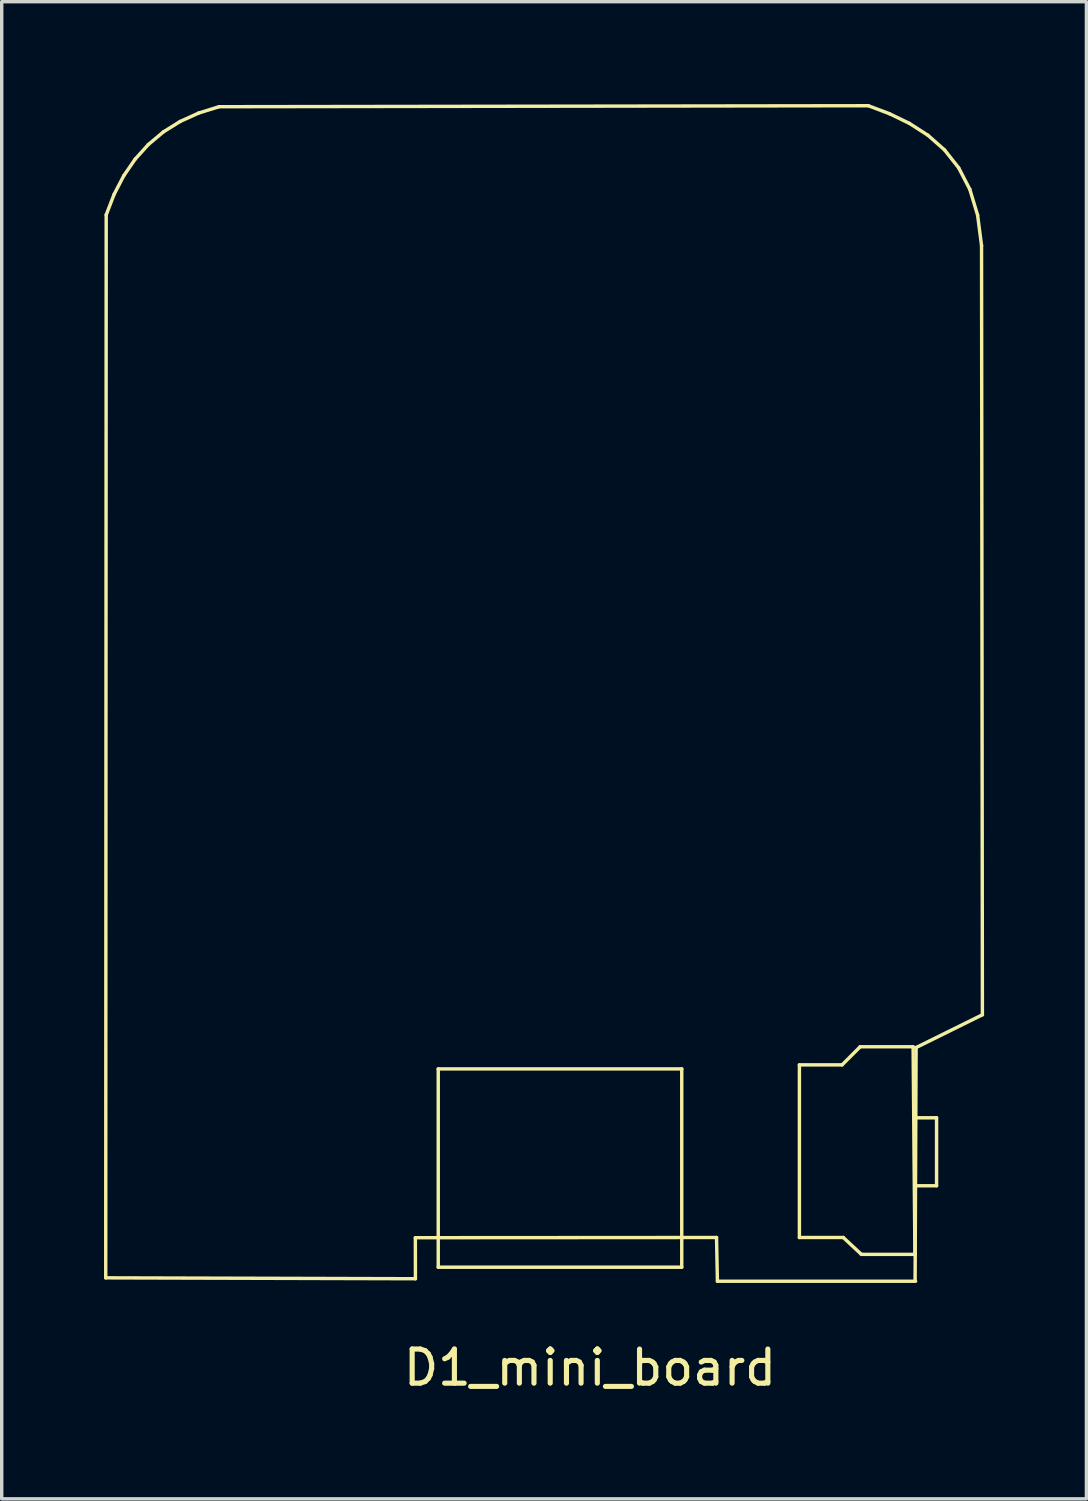
<source format=kicad_pcb>
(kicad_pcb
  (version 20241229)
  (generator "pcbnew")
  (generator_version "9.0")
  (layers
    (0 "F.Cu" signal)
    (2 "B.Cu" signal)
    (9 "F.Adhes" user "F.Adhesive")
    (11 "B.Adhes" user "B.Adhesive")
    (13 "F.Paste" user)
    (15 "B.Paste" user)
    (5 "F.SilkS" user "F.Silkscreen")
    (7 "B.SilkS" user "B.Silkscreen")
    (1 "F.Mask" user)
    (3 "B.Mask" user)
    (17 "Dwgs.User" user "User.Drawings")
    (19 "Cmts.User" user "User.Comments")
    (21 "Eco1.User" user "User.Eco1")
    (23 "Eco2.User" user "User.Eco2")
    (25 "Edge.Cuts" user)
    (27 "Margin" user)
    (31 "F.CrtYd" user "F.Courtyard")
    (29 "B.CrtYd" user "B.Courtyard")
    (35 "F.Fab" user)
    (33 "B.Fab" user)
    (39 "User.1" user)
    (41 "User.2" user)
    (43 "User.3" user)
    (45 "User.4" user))
  (footprint "D1_mini_board"
    (layer "F.Cu")
    (at 14.25 22.052)
    (property "Reference" "D1_mini_board" (at 0 15 0) (layer "F.SilkS") (effects (font (size 1 1) (thickness 0.15))))
    (attr through_hole)
    (fp_line (start -14.2 12.367) (end -14.186 -18.803) (stroke (width 0.1) (type solid)) (layer "F.SilkS"))
    (fp_line (start -14.186 -18.803) (end -13.953 -19.406) (stroke (width 0.1) (type solid)) (layer "F.SilkS"))
    (fp_line (start -13.953 -19.406) (end -13.67 -19.951) (stroke (width 0.1) (type solid)) (layer "F.SilkS"))
    (fp_line (start -13.67 -19.951) (end -13.335 -20.438) (stroke (width 0.1) (type solid)) (layer "F.SilkS"))
    (fp_line (start -13.335 -20.438) (end -12.949 -20.865) (stroke (width 0.1) (type solid)) (layer "F.SilkS"))
    (fp_line (start -12.949 -20.865) (end -12.511 -21.233) (stroke (width 0.1) (type solid)) (layer "F.SilkS"))
    (fp_line (start -12.511 -21.233) (end -12.019 -21.54) (stroke (width 0.1) (type solid)) (layer "F.SilkS"))
    (fp_line (start -12.019 -21.54) (end -11.475 -21.787) (stroke (width 0.1) (type solid)) (layer "F.SilkS"))
    (fp_line (start -11.475 -21.787) (end -10.877 -21.973) (stroke (width 0.1) (type solid)) (layer "F.SilkS"))
    (fp_line (start -10.877 -21.973) (end 8.16 -22.002) (stroke (width 0.1) (type solid)) (layer "F.SilkS"))
    (fp_line (start -5.121 11.19) (end -5.119 12.393) (stroke (width 0.1) (type solid)) (layer "F.SilkS"))
    (fp_line (start -5.119 12.393) (end -14.2 12.367) (stroke (width 0.1) (type solid)) (layer "F.SilkS"))
    (fp_line (start -4.45 6.241) (end 2.69 6.241) (stroke (width 0.1) (type solid)) (layer "F.SilkS"))
    (fp_line (start -4.45 12.055) (end -4.45 6.241) (stroke (width 0.1) (type solid)) (layer "F.SilkS"))
    (fp_line (start 2.69 6.241) (end 2.69 12.055) (stroke (width 0.1) (type solid)) (layer "F.SilkS"))
    (fp_line (start 2.69 12.055) (end -4.45 12.055) (stroke (width 0.1) (type solid)) (layer "F.SilkS"))
    (fp_line (start 3.71 11.184) (end -5.121 11.19) (stroke (width 0.1) (type solid)) (layer "F.SilkS"))
    (fp_line (start 3.736 12.467) (end 3.71 11.184) (stroke (width 0.1) (type solid)) (layer "F.SilkS"))
    (fp_line (start 6.14 6.122) (end 6.14 11.184) (stroke (width 0.1) (type solid)) (layer "F.SilkS"))
    (fp_line (start 6.14 11.184) (end 7.427 11.184) (stroke (width 0.1) (type solid)) (layer "F.SilkS"))
    (fp_line (start 7.392 6.122) (end 6.14 6.122) (stroke (width 0.1) (type solid)) (layer "F.SilkS"))
    (fp_line (start 7.427 11.184) (end 7.957 11.678) (stroke (width 0.1) (type solid)) (layer "F.SilkS"))
    (fp_line (start 7.921 5.592) (end 7.392 6.122) (stroke (width 0.1) (type solid)) (layer "F.SilkS"))
    (fp_line (start 7.957 11.678) (end 9.527 11.678) (stroke (width 0.1) (type solid)) (layer "F.SilkS"))
    (fp_line (start 8.16 -22.002) (end 8.78 -21.768) (stroke (width 0.1) (type solid)) (layer "F.SilkS"))
    (fp_line (start 8.78 -21.768) (end 9.368 -21.483) (stroke (width 0.1) (type solid)) (layer "F.SilkS"))
    (fp_line (start 9.368 -21.483) (end 9.911 -21.134) (stroke (width 0.1) (type solid)) (layer "F.SilkS"))
    (fp_line (start 9.474 5.592) (end 7.921 5.592) (stroke (width 0.1) (type solid)) (layer "F.SilkS"))
    (fp_line (start 9.509 7.674) (end 10.162 7.674) (stroke (width 0.1) (type solid)) (layer "F.SilkS"))
    (fp_line (start 9.527 11.678) (end 9.474 5.592) (stroke (width 0.1) (type solid)) (layer "F.SilkS"))
    (fp_line (start 9.547 12.467) (end 3.736 12.467) (stroke (width 0.1) (type solid)) (layer "F.SilkS"))
    (fp_line (start 9.562 5.614) (end 9.533 12.423) (stroke (width 0.1) (type solid)) (layer "F.SilkS"))
    (fp_line (start 9.911 -21.134) (end 10.397 -20.705) (stroke (width 0.1) (type solid)) (layer "F.SilkS"))
    (fp_line (start 10.162 7.674) (end 10.162 9.667) (stroke (width 0.1) (type solid)) (layer "F.SilkS"))
    (fp_line (start 10.162 9.667) (end 9.544 9.667) (stroke (width 0.1) (type solid)) (layer "F.SilkS"))
    (fp_line (start 10.397 -20.705) (end 10.81 -20.181) (stroke (width 0.1) (type solid)) (layer "F.SilkS"))
    (fp_line (start 10.81 -20.181) (end 11.137 -19.55) (stroke (width 0.1) (type solid)) (layer "F.SilkS"))
    (fp_line (start 11.137 -19.55) (end 11.365 -18.795) (stroke (width 0.1) (type solid)) (layer "F.SilkS"))
    (fp_line (start 11.365 -18.795) (end 11.481 -17.902) (stroke (width 0.1) (type solid)) (layer "F.SilkS"))
    (fp_line (start 11.481 -17.902) (end 11.506 4.653) (stroke (width 0.1) (type solid)) (layer "F.SilkS"))
    (fp_line (start 11.506 4.653) (end 9.562 5.614) (stroke (width 0.1) (type solid)) (layer "F.SilkS")))
  (gr_rect
    (start -3 -3)
    (end 28.806 40.9)
    (stroke (width 0.1) (type default))
    (fill no)
    (layer "Edge.Cuts")))
</source>
